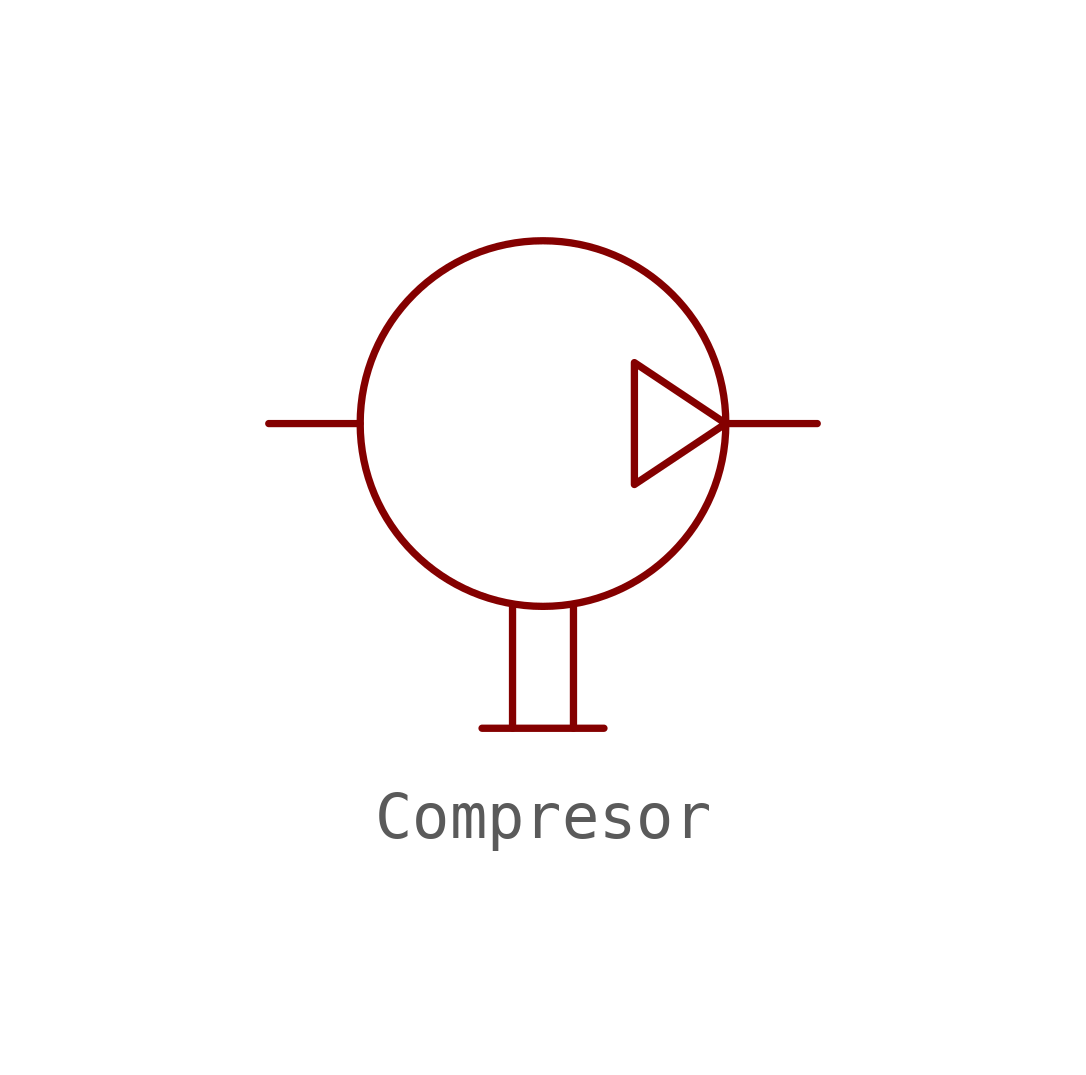
<source format=kicad_sym>
(kicad_symbol_lib
  (version 20211014)
  (generator kicad_symbol_editor)
  (symbol "Compresor"
    (pin_names
      (offset 1.016))
    (property "Reference" "V"
      (at -5.08 -5.08 0)
      (effects (font (size 2.54 2.54)) (justify left) hide))
    (symbol "Compresor_0_1"
      (circle (center -3.81 0) (radius 3.81) (stroke (width 0) (type default) (color 0 0 0 0)) (fill (type none)))
      (polyline (pts (xy -5.08 -6.35) (xy -2.54 -6.35)) (stroke (width 0) (type default) (color 0 0 0 0)) (fill (type none)))
      (polyline (pts (xy -4.445 -3.81) (xy -4.445 -6.35)) (stroke (width 0) (type default) (color 0 0 0 0)) (fill (type none)))
      (polyline (pts (xy -3.175 -3.81) (xy -3.175 -6.35)) (stroke (width 0) (type default) (color 0 0 0 0)) (fill (type none)))
      (polyline (pts (xy 0 0) (xy -1.905 1.27) (xy -1.905 -1.27) (xy 0 0)) (stroke (width 0) (type default) (color 0 0 0 0)) (fill (type none))))
    (symbol "Compresor_1_1"
      (pin input line (at -9.525 0 0) (length 1.905) (name "" (effects (font (size 1.27 1.27)))) (number "" (effects (font (size 1.27 1.27)))))
      (pin output line (at 1.905 0 180) (length 1.905) (name "" (effects (font (size 1.27 1.27)))) (number "" (effects (font (size 1.27 1.27))))))))
</source>
